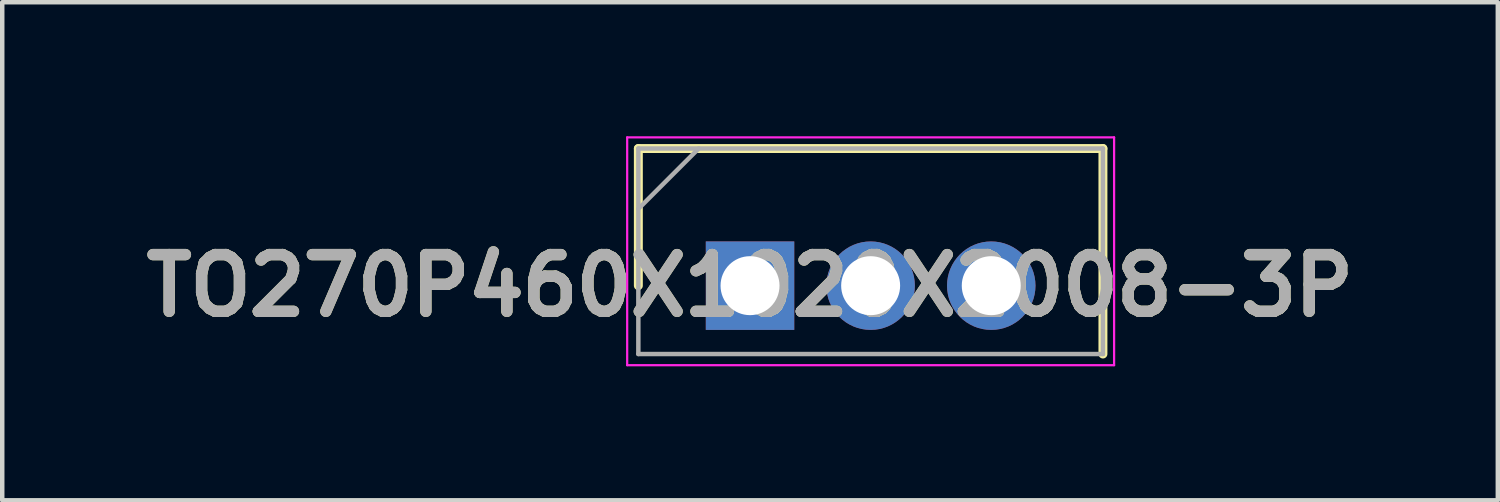
<source format=kicad_pcb>
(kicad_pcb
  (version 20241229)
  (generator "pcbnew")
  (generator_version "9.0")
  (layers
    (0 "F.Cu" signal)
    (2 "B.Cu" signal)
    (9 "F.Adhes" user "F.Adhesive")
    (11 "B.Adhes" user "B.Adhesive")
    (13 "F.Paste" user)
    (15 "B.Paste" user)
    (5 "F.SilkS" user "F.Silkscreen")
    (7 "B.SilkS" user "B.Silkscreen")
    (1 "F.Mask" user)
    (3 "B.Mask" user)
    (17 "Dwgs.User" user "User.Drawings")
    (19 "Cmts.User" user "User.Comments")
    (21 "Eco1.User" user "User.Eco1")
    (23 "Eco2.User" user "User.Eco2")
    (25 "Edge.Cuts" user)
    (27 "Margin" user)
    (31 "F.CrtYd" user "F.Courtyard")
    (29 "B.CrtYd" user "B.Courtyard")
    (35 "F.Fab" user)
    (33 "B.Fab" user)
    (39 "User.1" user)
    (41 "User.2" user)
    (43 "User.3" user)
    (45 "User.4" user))
  (footprint "TO270P460X1020X2008-3P"
    (layer "F.Cu")
    (at 13.74 3.345)
    (property "Reference" "TO270P460X1020X2008-3P" (at 0 0 0) (layer "F.SilkS") (effects (font (size 1.27 1.27) (thickness 0.254))))
    (attr through_hole)
    (fp_line (start -2.5 -3.07) (end -2.5 0) (stroke (width 0.2) (type solid)) (layer "F.SilkS"))
    (fp_line (start 7.9 -3.07) (end -2.5 -3.07) (stroke (width 0.2) (type solid)) (layer "F.SilkS"))
    (fp_line (start 7.9 1.53) (end 7.9 -3.07) (stroke (width 0.2) (type solid)) (layer "F.SilkS"))
    (fp_line (start -2.75 -3.32) (end 8.15 -3.32) (stroke (width 0.05) (type solid)) (layer "F.CrtYd"))
    (fp_line (start -2.75 1.78) (end -2.75 -3.32) (stroke (width 0.05) (type solid)) (layer "F.CrtYd"))
    (fp_line (start 8.15 -3.32) (end 8.15 1.78) (stroke (width 0.05) (type solid)) (layer "F.CrtYd"))
    (fp_line (start 8.15 1.78) (end -2.75 1.78) (stroke (width 0.05) (type solid)) (layer "F.CrtYd"))
    (fp_line (start -2.5 -3.07) (end 7.9 -3.07) (stroke (width 0.1) (type solid)) (layer "F.Fab"))
    (fp_line (start -2.5 -1.72) (end -1.15 -3.07) (stroke (width 0.1) (type solid)) (layer "F.Fab"))
    (fp_line (start -2.5 1.53) (end -2.5 -3.07) (stroke (width 0.1) (type solid)) (layer "F.Fab"))
    (fp_line (start 7.9 -3.07) (end 7.9 1.53) (stroke (width 0.1) (type solid)) (layer "F.Fab"))
    (fp_line (start 7.9 1.53) (end -2.5 1.53) (stroke (width 0.1) (type solid)) (layer "F.Fab"))
    (fp_text user "${REFERENCE}" (at 0 0 0) (layer "F.Fab") (effects (font (size 1.27 1.27) (thickness 0.254))))
    (pad "1" thru_hole rect (at 0 0) (size 1.98 1.98) (drill 1.32) (layers "*.Cu" "*.Mask"))
    (pad "2" thru_hole circle (at 2.7 0) (size 1.98 1.98) (drill 1.32) (layers "*.Cu" "*.Mask"))
    (pad "3" thru_hole circle (at 5.4 0) (size 1.98 1.98) (drill 1.32) (layers "*.Cu" "*.Mask")))
  (gr_rect
    (start -3 -3)
    (end 30.48 8.15)
    (stroke (width 0.1) (type default))
    (fill no)
    (layer "Edge.Cuts")))
</source>
